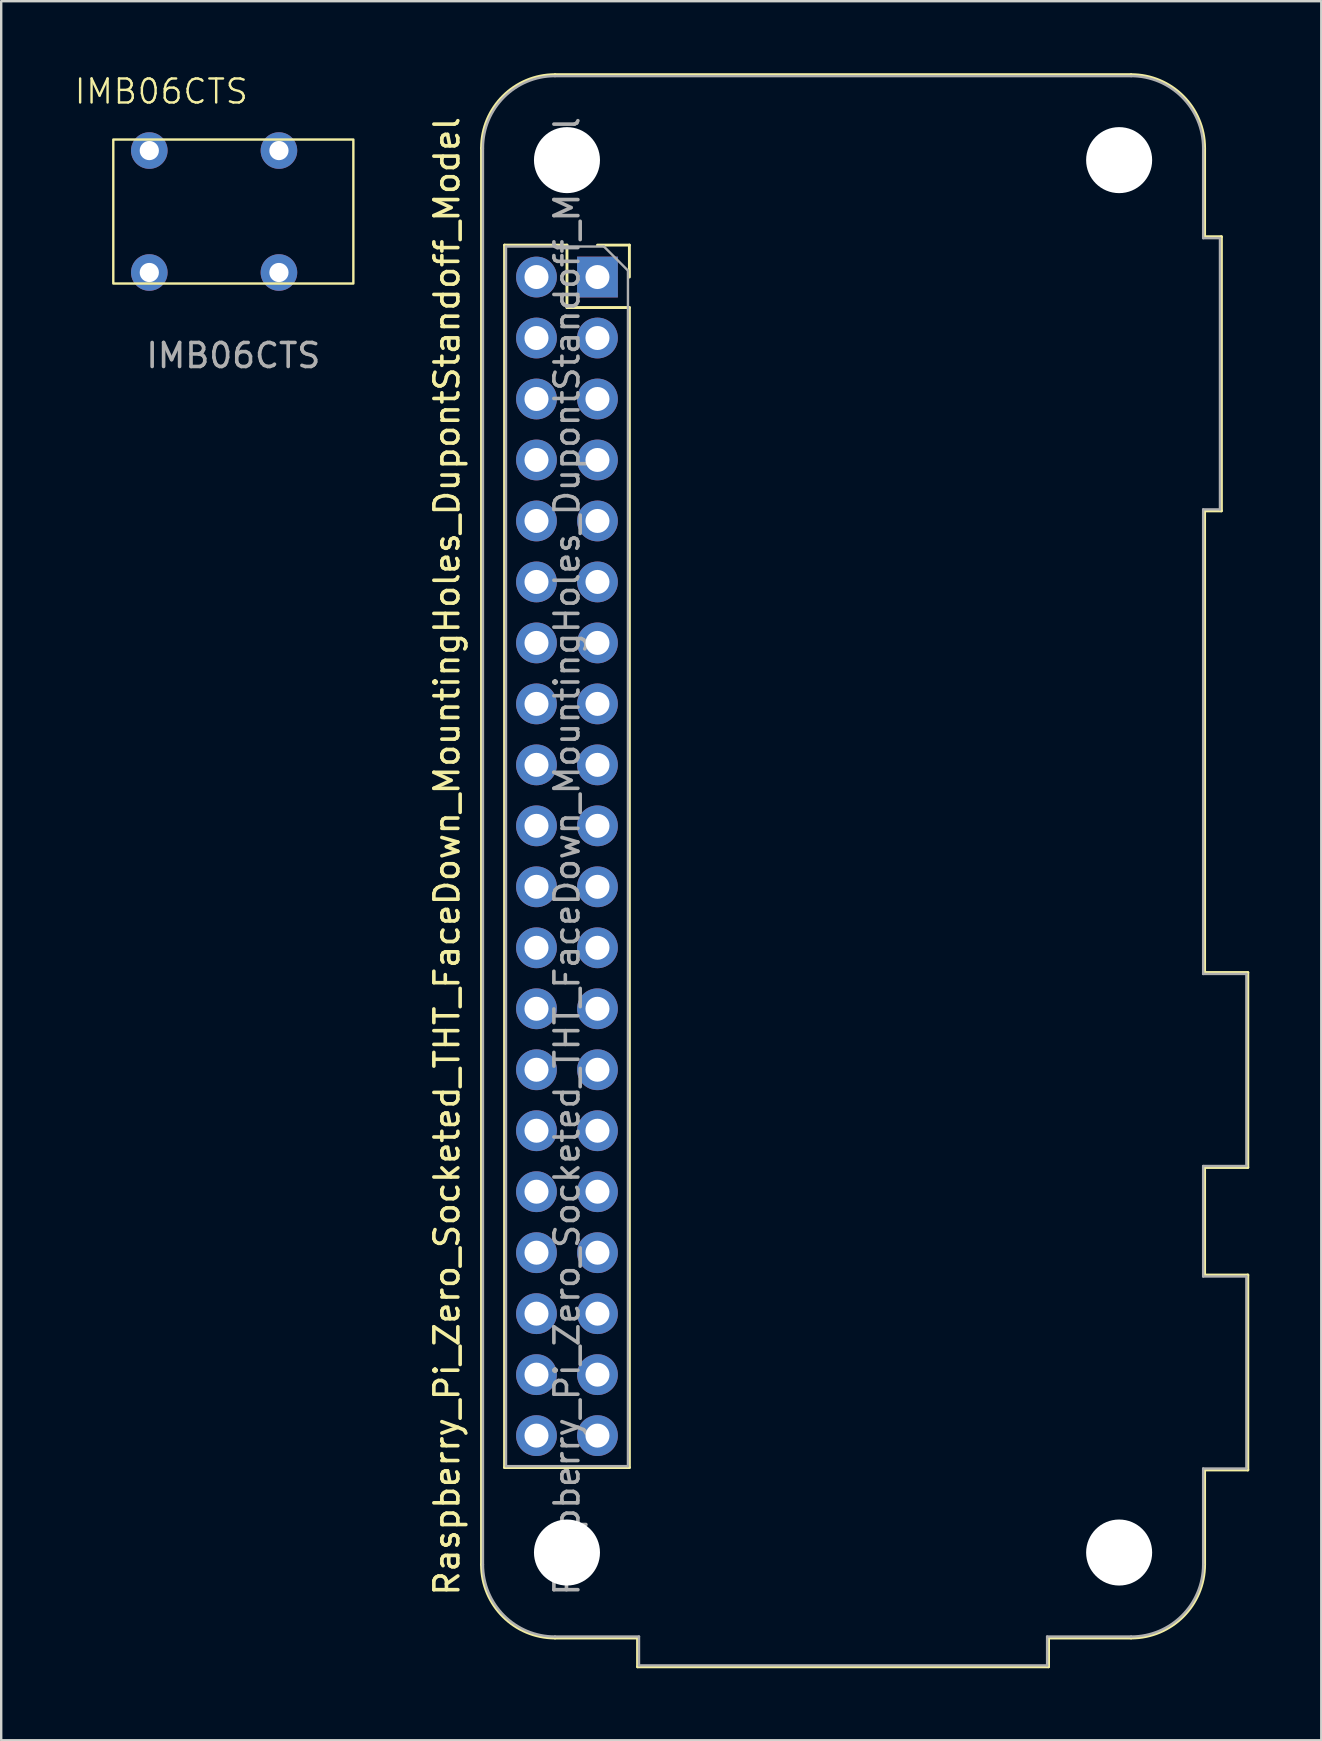
<source format=kicad_pcb>
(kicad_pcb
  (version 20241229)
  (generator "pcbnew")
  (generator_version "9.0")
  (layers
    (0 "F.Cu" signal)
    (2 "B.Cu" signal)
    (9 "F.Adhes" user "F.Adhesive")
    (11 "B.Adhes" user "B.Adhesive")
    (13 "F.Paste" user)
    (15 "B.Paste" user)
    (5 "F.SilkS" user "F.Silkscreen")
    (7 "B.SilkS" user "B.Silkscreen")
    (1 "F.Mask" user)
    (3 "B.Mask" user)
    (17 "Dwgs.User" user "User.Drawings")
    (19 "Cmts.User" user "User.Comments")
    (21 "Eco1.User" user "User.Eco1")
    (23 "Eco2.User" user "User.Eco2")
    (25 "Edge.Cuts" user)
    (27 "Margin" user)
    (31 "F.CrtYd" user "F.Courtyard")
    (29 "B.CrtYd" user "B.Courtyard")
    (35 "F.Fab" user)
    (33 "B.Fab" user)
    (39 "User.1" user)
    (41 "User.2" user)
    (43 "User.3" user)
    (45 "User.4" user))
  (footprint "IMB06CTS"
    (layer "F.Cu")
    (at 6.669 5.761)
    (property "Reference" "IMB06CTS" (at -3 -5 0) (unlocked yes) (layer "F.SilkS") (effects (font (size 1 1) (thickness 0.1))))
    (attr through_hole)
    (fp_rect (start -5 -3) (end 5 3) (stroke (width 0.1) (type default)) (fill no) (layer "F.SilkS"))
    (fp_text user "${REFERENCE}" (at 0 6 0) (unlocked yes) (layer "F.Fab") (effects (font (size 1 1) (thickness 0.15))))
    (pad "13" thru_hole circle (at 1.9 -2.54) (size 1.524 1.524) (drill 0.8) (layers "*.Cu" "*.Mask"))
    (pad "14" thru_hole circle (at 1.9 2.54) (size 1.524 1.524) (drill 0.8) (layers "*.Cu" "*.Mask"))
    (pad "A1" thru_hole circle (at -3.5 -2.54) (size 1.524 1.524) (drill 0.8) (layers "*.Cu" "*.Mask"))
    (pad "A2" thru_hole circle (at -3.5 2.54) (size 1.524 1.524) (drill 0.8) (layers "*.Cu" "*.Mask")))
  (footprint "Raspberry_Pi_Zero_Socketed_THT_FaceDown_MountingHoles_DupontStandoff_Model"
    (layer "F.Cu")
    (at 21.837 8.49)
    (property "Reference" "Raspberry_Pi_Zero_Socketed_THT_FaceDown_MountingHoles_DupontStandoff_Model" (at -6.27 24.13 90) (layer "F.SilkS") (effects (font (size 1 1) (thickness 0.15))))
    (attr through_hole)
    (fp_line (start -4.83 53.63) (end -4.83 -5.37) (stroke (width 0.12) (type solid)) (layer "F.SilkS"))
    (fp_line (start -3.87 -1.33) (end -3.87 49.59) (stroke (width 0.12) (type solid)) (layer "F.SilkS"))
    (fp_line (start -3.87 -1.33) (end -1.27 -1.33) (stroke (width 0.12) (type solid)) (layer "F.SilkS"))
    (fp_line (start -3.87 49.59) (end 1.33 49.59) (stroke (width 0.12) (type solid)) (layer "F.SilkS"))
    (fp_line (start -1.77 -8.43) (end 22.23 -8.43) (stroke (width 0.12) (type solid)) (layer "F.SilkS"))
    (fp_line (start -1.27 -1.33) (end -1.27 1.27) (stroke (width 0.12) (type solid)) (layer "F.SilkS"))
    (fp_line (start -1.27 1.27) (end 1.33 1.27) (stroke (width 0.12) (type solid)) (layer "F.SilkS"))
    (fp_line (start 0 -1.33) (end 1.33 -1.33) (stroke (width 0.12) (type solid)) (layer "F.SilkS"))
    (fp_line (start 1.33 -1.33) (end 1.33 0) (stroke (width 0.12) (type solid)) (layer "F.SilkS"))
    (fp_line (start 1.33 1.27) (end 1.33 49.59) (stroke (width 0.12) (type solid)) (layer "F.SilkS"))
    (fp_line (start 1.67 56.69) (end -1.77 56.69) (stroke (width 0.12) (type solid)) (layer "F.SilkS"))
    (fp_line (start 1.67 56.69) (end 1.67 57.89) (stroke (width 0.12) (type solid)) (layer "F.SilkS"))
    (fp_line (start 1.67 57.89) (end 18.79 57.89) (stroke (width 0.12) (type solid)) (layer "F.SilkS"))
    (fp_line (start 18.79 56.69) (end 22.23 56.69) (stroke (width 0.12) (type solid)) (layer "F.SilkS"))
    (fp_line (start 18.79 57.89) (end 18.79 56.69) (stroke (width 0.12) (type solid)) (layer "F.SilkS"))
    (fp_line (start 25.29 -1.68) (end 25.29 -5.37) (stroke (width 0.12) (type solid)) (layer "F.SilkS"))
    (fp_line (start 25.29 9.74) (end 25.99 9.74) (stroke (width 0.12) (type solid)) (layer "F.SilkS"))
    (fp_line (start 25.29 28.97) (end 25.29 9.74) (stroke (width 0.12) (type solid)) (layer "F.SilkS"))
    (fp_line (start 25.29 37.09) (end 27.09 37.09) (stroke (width 0.12) (type solid)) (layer "F.SilkS"))
    (fp_line (start 25.29 41.57) (end 25.29 37.09) (stroke (width 0.12) (type solid)) (layer "F.SilkS"))
    (fp_line (start 25.29 49.69) (end 27.09 49.69) (stroke (width 0.12) (type solid)) (layer "F.SilkS"))
    (fp_line (start 25.29 53.63) (end 25.29 49.69) (stroke (width 0.12) (type solid)) (layer "F.SilkS"))
    (fp_line (start 25.99 -1.68) (end 25.29 -1.68) (stroke (width 0.12) (type solid)) (layer "F.SilkS"))
    (fp_line (start 25.99 9.74) (end 25.99 -1.68) (stroke (width 0.12) (type solid)) (layer "F.SilkS"))
    (fp_line (start 27.09 28.97) (end 25.29 28.97) (stroke (width 0.12) (type solid)) (layer "F.SilkS"))
    (fp_line (start 27.09 37.09) (end 27.09 28.97) (stroke (width 0.12) (type solid)) (layer "F.SilkS"))
    (fp_line (start 27.09 41.57) (end 25.29 41.57) (stroke (width 0.12) (type solid)) (layer "F.SilkS"))
    (fp_line (start 27.09 49.69) (end 27.09 41.57) (stroke (width 0.12) (type solid)) (layer "F.SilkS"))
    (fp_arc (start -4.83 -5.37) (mid -3.933747 -7.533747) (end -1.77 -8.43) (stroke (width 0.12) (type solid)) (layer "F.SilkS"))
    (fp_arc (start -1.77 56.69) (mid -3.933747 55.793747) (end -4.83 53.63) (stroke (width 0.12) (type solid)) (layer "F.SilkS"))
    (fp_arc (start 22.23 -8.43) (mid 24.393747 -7.533747) (end 25.29 -5.37) (stroke (width 0.12) (type solid)) (layer "F.SilkS"))
    (fp_arc (start 25.29 53.63) (mid 24.393747 55.793747) (end 22.23 56.69) (stroke (width 0.12) (type solid)) (layer "F.SilkS"))
    (fp_line (start -4.77 53.63) (end -4.77 -5.37) (stroke (width 0.1) (type solid)) (layer "F.Fab"))
    (fp_line (start -3.81 -1.27) (end 0.27 -1.27) (stroke (width 0.1) (type solid)) (layer "F.Fab"))
    (fp_line (start -3.81 49.53) (end -3.81 -1.27) (stroke (width 0.1) (type solid)) (layer "F.Fab"))
    (fp_line (start -1.77 -8.37) (end 22.23 -8.37) (stroke (width 0.1) (type solid)) (layer "F.Fab"))
    (fp_line (start -1.77 56.63) (end 1.73 56.63) (stroke (width 0.1) (type solid)) (layer "F.Fab"))
    (fp_line (start 0.27 -1.27) (end 1.27 -0.27) (stroke (width 0.1) (type solid)) (layer "F.Fab"))
    (fp_line (start 1.27 -0.27) (end 1.27 49.53) (stroke (width 0.1) (type solid)) (layer "F.Fab"))
    (fp_line (start 1.27 49.53) (end -3.81 49.53) (stroke (width 0.1) (type solid)) (layer "F.Fab"))
    (fp_line (start 1.73 56.63) (end 1.73 57.83) (stroke (width 0.1) (type solid)) (layer "F.Fab"))
    (fp_line (start 1.73 57.83) (end 18.73 57.83) (stroke (width 0.1) (type solid)) (layer "F.Fab"))
    (fp_line (start 18.73 56.63) (end 18.73 57.83) (stroke (width 0.1) (type solid)) (layer "F.Fab"))
    (fp_line (start 22.23 56.63) (end 18.73 56.63) (stroke (width 0.1) (type solid)) (layer "F.Fab"))
    (fp_line (start 25.23 -1.62) (end 25.23 -5.37) (stroke (width 0.1) (type solid)) (layer "F.Fab"))
    (fp_line (start 25.23 -1.62) (end 25.93 -1.62) (stroke (width 0.1) (type solid)) (layer "F.Fab"))
    (fp_line (start 25.23 9.68) (end 25.93 9.68) (stroke (width 0.1) (type solid)) (layer "F.Fab"))
    (fp_line (start 25.23 29.03) (end 25.23 9.68) (stroke (width 0.1) (type solid)) (layer "F.Fab"))
    (fp_line (start 25.23 37.03) (end 27.03 37.03) (stroke (width 0.1) (type solid)) (layer "F.Fab"))
    (fp_line (start 25.23 41.63) (end 25.23 37.03) (stroke (width 0.1) (type solid)) (layer "F.Fab"))
    (fp_line (start 25.23 49.63) (end 25.23 53.63) (stroke (width 0.1) (type solid)) (layer "F.Fab"))
    (fp_line (start 25.23 49.63) (end 27.03 49.63) (stroke (width 0.1) (type solid)) (layer "F.Fab"))
    (fp_line (start 25.93 9.68) (end 25.93 -1.62) (stroke (width 0.1) (type solid)) (layer "F.Fab"))
    (fp_line (start 27.03 29.03) (end 25.23 29.03) (stroke (width 0.1) (type solid)) (layer "F.Fab"))
    (fp_line (start 27.03 37.03) (end 27.03 29.03) (stroke (width 0.1) (type solid)) (layer "F.Fab"))
    (fp_line (start 27.03 41.63) (end 25.23 41.63) (stroke (width 0.1) (type solid)) (layer "F.Fab"))
    (fp_line (start 27.03 49.63) (end 27.03 41.63) (stroke (width 0.1) (type solid)) (layer "F.Fab"))
    (fp_arc (start -4.77 -5.37) (mid -3.89132 -7.49132) (end -1.77 -8.37) (stroke (width 0.1) (type solid)) (layer "F.Fab"))
    (fp_arc (start -1.77 56.63) (mid -3.89132 55.75132) (end -4.77 53.63) (stroke (width 0.1) (type solid)) (layer "F.Fab"))
    (fp_arc (start 22.23 -8.37) (mid 24.35132 -7.49132) (end 25.23 -5.37) (stroke (width 0.1) (type solid)) (layer "F.Fab"))
    (fp_arc (start 25.23 53.63) (mid 24.35132 55.75132) (end 22.23 56.63) (stroke (width 0.1) (type solid)) (layer "F.Fab"))
    (fp_text user "${REFERENCE}" (at -1.27 24.13 90) (layer "F.Fab") (effects (font (size 1 1) (thickness 0.15))))
    (pad "" np_thru_hole circle (at -1.27 -4.87 90) (size 2.75 2.75) (drill 2.75) (layers "*.Cu" "*.Mask"))
    (pad "" np_thru_hole circle (at -1.27 53.13 90) (size 2.75 2.75) (drill 2.75) (layers "*.Cu" "*.Mask"))
    (pad "" np_thru_hole circle (at 21.73 -4.87 90) (size 2.75 2.75) (drill 2.75) (layers "*.Cu" "*.Mask"))
    (pad "" np_thru_hole circle (at 21.73 53.13 90) (size 2.75 2.75) (drill 2.75) (layers "*.Cu" "*.Mask"))
    (pad "1" thru_hole rect (at 0 0) (size 1.7 1.7) (drill 1) (layers "*.Cu" "*.Mask"))
    (pad "2" thru_hole oval (at -2.54 0) (size 1.7 1.7) (drill 1) (layers "*.Cu" "*.Mask"))
    (pad "3" thru_hole oval (at 0 2.54) (size 1.7 1.7) (drill 1) (layers "*.Cu" "*.Mask"))
    (pad "4" thru_hole oval (at -2.54 2.54) (size 1.7 1.7) (drill 1) (layers "*.Cu" "*.Mask"))
    (pad "5" thru_hole oval (at 0 5.08) (size 1.7 1.7) (drill 1) (layers "*.Cu" "*.Mask"))
    (pad "6" thru_hole oval (at -2.54 5.08) (size 1.7 1.7) (drill 1) (layers "*.Cu" "*.Mask"))
    (pad "7" thru_hole oval (at 0 7.62) (size 1.7 1.7) (drill 1) (layers "*.Cu" "*.Mask"))
    (pad "8" thru_hole oval (at -2.54 7.62) (size 1.7 1.7) (drill 1) (layers "*.Cu" "*.Mask"))
    (pad "9" thru_hole oval (at 0 10.16) (size 1.7 1.7) (drill 1) (layers "*.Cu" "*.Mask"))
    (pad "10" thru_hole oval (at -2.54 10.16) (size 1.7 1.7) (drill 1) (layers "*.Cu" "*.Mask"))
    (pad "11" thru_hole oval (at 0 12.7) (size 1.7 1.7) (drill 1) (layers "*.Cu" "*.Mask"))
    (pad "12" thru_hole oval (at -2.54 12.7) (size 1.7 1.7) (drill 1) (layers "*.Cu" "*.Mask"))
    (pad "13" thru_hole oval (at 0 15.24) (size 1.7 1.7) (drill 1) (layers "*.Cu" "*.Mask"))
    (pad "14" thru_hole oval (at -2.54 15.24) (size 1.7 1.7) (drill 1) (layers "*.Cu" "*.Mask"))
    (pad "15" thru_hole oval (at 0 17.78) (size 1.7 1.7) (drill 1) (layers "*.Cu" "*.Mask"))
    (pad "16" thru_hole oval (at -2.54 17.78) (size 1.7 1.7) (drill 1) (layers "*.Cu" "*.Mask"))
    (pad "17" thru_hole oval (at 0 20.32) (size 1.7 1.7) (drill 1) (layers "*.Cu" "*.Mask"))
    (pad "18" thru_hole oval (at -2.54 20.32) (size 1.7 1.7) (drill 1) (layers "*.Cu" "*.Mask"))
    (pad "19" thru_hole oval (at 0 22.86) (size 1.7 1.7) (drill 1) (layers "*.Cu" "*.Mask"))
    (pad "20" thru_hole oval (at -2.54 22.86) (size 1.7 1.7) (drill 1) (layers "*.Cu" "*.Mask"))
    (pad "21" thru_hole oval (at 0 25.4) (size 1.7 1.7) (drill 1) (layers "*.Cu" "*.Mask"))
    (pad "22" thru_hole oval (at -2.54 25.4) (size 1.7 1.7) (drill 1) (layers "*.Cu" "*.Mask"))
    (pad "23" thru_hole oval (at 0 27.94) (size 1.7 1.7) (drill 1) (layers "*.Cu" "*.Mask"))
    (pad "24" thru_hole oval (at -2.54 27.94) (size 1.7 1.7) (drill 1) (layers "*.Cu" "*.Mask"))
    (pad "25" thru_hole oval (at 0 30.48) (size 1.7 1.7) (drill 1) (layers "*.Cu" "*.Mask"))
    (pad "26" thru_hole oval (at -2.54 30.48) (size 1.7 1.7) (drill 1) (layers "*.Cu" "*.Mask"))
    (pad "27" thru_hole oval (at 0 33.02) (size 1.7 1.7) (drill 1) (layers "*.Cu" "*.Mask"))
    (pad "28" thru_hole oval (at -2.54 33.02) (size 1.7 1.7) (drill 1) (layers "*.Cu" "*.Mask"))
    (pad "29" thru_hole oval (at 0 35.56) (size 1.7 1.7) (drill 1) (layers "*.Cu" "*.Mask"))
    (pad "30" thru_hole oval (at -2.54 35.56) (size 1.7 1.7) (drill 1) (layers "*.Cu" "*.Mask"))
    (pad "31" thru_hole oval (at 0 38.1) (size 1.7 1.7) (drill 1) (layers "*.Cu" "*.Mask"))
    (pad "32" thru_hole oval (at -2.54 38.1) (size 1.7 1.7) (drill 1) (layers "*.Cu" "*.Mask"))
    (pad "33" thru_hole oval (at 0 40.64) (size 1.7 1.7) (drill 1) (layers "*.Cu" "*.Mask"))
    (pad "34" thru_hole oval (at -2.54 40.64) (size 1.7 1.7) (drill 1) (layers "*.Cu" "*.Mask"))
    (pad "35" thru_hole oval (at 0 43.18) (size 1.7 1.7) (drill 1) (layers "*.Cu" "*.Mask"))
    (pad "36" thru_hole oval (at -2.54 43.18) (size 1.7 1.7) (drill 1) (layers "*.Cu" "*.Mask"))
    (pad "37" thru_hole oval (at 0 45.72) (size 1.7 1.7) (drill 1) (layers "*.Cu" "*.Mask"))
    (pad "38" thru_hole oval (at -2.54 45.72) (size 1.7 1.7) (drill 1) (layers "*.Cu" "*.Mask"))
    (pad "39" thru_hole oval (at 0 48.26) (size 1.7 1.7) (drill 1) (layers "*.Cu" "*.Mask"))
    (pad "40" thru_hole oval (at -2.54 48.26) (size 1.7 1.7) (drill 1) (layers "*.Cu" "*.Mask")))
  (gr_rect
    (start -3 -3)
    (end 51.987 69.44)
    (stroke (width 0.1) (type default))
    (fill no)
    (layer "Edge.Cuts")))
</source>
